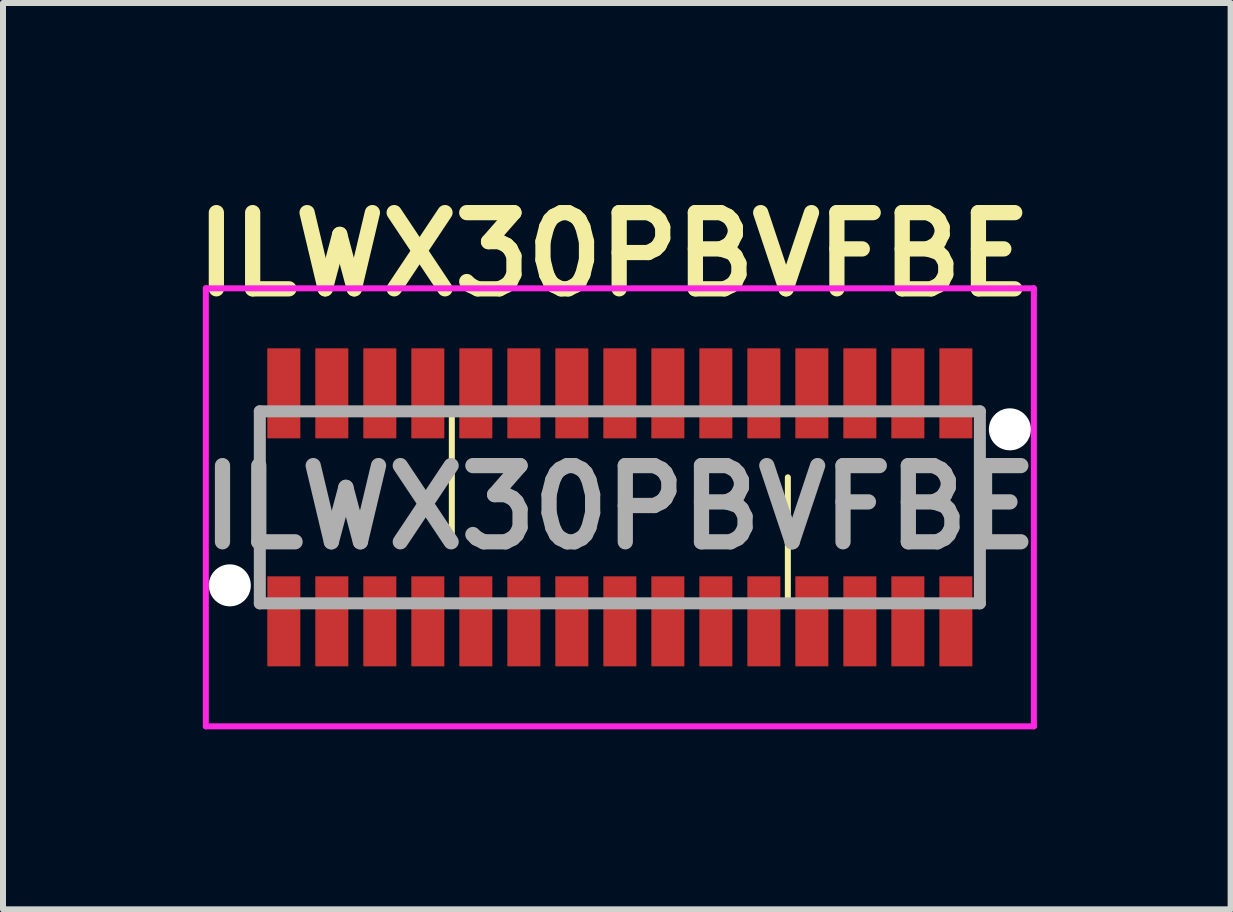
<source format=kicad_pcb>
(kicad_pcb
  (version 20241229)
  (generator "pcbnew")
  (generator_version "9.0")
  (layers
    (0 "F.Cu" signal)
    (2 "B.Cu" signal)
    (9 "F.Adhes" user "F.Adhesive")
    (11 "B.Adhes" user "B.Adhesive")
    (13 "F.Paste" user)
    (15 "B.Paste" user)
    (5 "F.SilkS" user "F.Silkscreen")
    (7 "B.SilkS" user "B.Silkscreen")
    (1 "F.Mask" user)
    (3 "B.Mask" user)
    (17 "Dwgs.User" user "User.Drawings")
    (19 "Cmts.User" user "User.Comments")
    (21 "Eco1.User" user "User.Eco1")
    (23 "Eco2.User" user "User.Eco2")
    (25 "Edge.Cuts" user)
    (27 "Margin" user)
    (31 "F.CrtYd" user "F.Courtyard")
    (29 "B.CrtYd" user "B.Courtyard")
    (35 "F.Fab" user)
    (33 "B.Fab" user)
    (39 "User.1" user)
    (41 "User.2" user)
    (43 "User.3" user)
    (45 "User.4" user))
  (footprint "ILWX30PBVFBE"
    (layer "F.Cu")
    (at 7.28 5.405)
    (property "Reference" "ILWX30PBVFBE" (at -0.102 -4.216 180) (layer "F.SilkS") (effects (font (size 1.27 1.27) (thickness 0.254))))
    (attr through_hole)
    (fp_line (start -2.8 -1.6) (end -2.8 0.5) (stroke (width 0.1) (type solid)) (layer "F.SilkS"))
    (fp_line (start -2 -1.6) (end -2.8 -1.6) (stroke (width 0.1) (type solid)) (layer "F.SilkS"))
    (fp_line (start 2.8 -0.5) (end 2.8 1.6) (stroke (width 0.1) (type solid)) (layer "F.SilkS"))
    (fp_line (start 2.8 1.6) (end 2 1.6) (stroke (width 0.1) (type solid)) (layer "F.SilkS"))
    (fp_line (start -6.9 -3.65) (end 6.9 -3.65) (stroke (width 0.1) (type solid)) (layer "F.CrtYd"))
    (fp_line (start -6.9 3.65) (end -6.9 -3.65) (stroke (width 0.1) (type solid)) (layer "F.CrtYd"))
    (fp_line (start 6.9 -3.65) (end 6.9 3.65) (stroke (width 0.1) (type solid)) (layer "F.CrtYd"))
    (fp_line (start 6.9 3.65) (end -6.9 3.65) (stroke (width 0.1) (type solid)) (layer "F.CrtYd"))
    (fp_line (start -6 -1.6) (end 6 -1.6) (stroke (width 0.2) (type solid)) (layer "F.Fab"))
    (fp_line (start -6 1.6) (end -6 -1.6) (stroke (width 0.2) (type solid)) (layer "F.Fab"))
    (fp_line (start 6 -1.6) (end 6 1.6) (stroke (width 0.2) (type solid)) (layer "F.Fab"))
    (fp_line (start 6 1.6) (end -6 1.6) (stroke (width 0.2) (type solid)) (layer "F.Fab"))
    (fp_text user "${REFERENCE}" (at 0 0 180) (layer "F.Fab") (effects (font (size 1.27 1.27) (thickness 0.254))))
    (pad "" np_thru_hole circle (at -6.5 1.3) (size 0.7 0.7) (drill 0.7) (layers "*.Cu" "*.Mask"))
    (pad "" np_thru_hole circle (at 6.5 -1.3) (size 0.7 0.7) (drill 0.7) (layers "*.Cu" "*.Mask"))
    (pad "1" smd rect (at -5.6 1.9) (size 0.55 1.5) (layers "F.Cu" "F.Mask" "F.Paste"))
    (pad "2" smd rect (at -5.6 -1.9) (size 0.55 1.5) (layers "F.Cu" "F.Mask" "F.Paste"))
    (pad "3" smd rect (at -4.8 1.9) (size 0.55 1.5) (layers "F.Cu" "F.Mask" "F.Paste"))
    (pad "4" smd rect (at -4.8 -1.9) (size 0.55 1.5) (layers "F.Cu" "F.Mask" "F.Paste"))
    (pad "5" smd rect (at -4 1.9) (size 0.55 1.5) (layers "F.Cu" "F.Mask" "F.Paste"))
    (pad "6" smd rect (at -4 -1.9) (size 0.55 1.5) (layers "F.Cu" "F.Mask" "F.Paste"))
    (pad "7" smd rect (at -3.2 1.9) (size 0.55 1.5) (layers "F.Cu" "F.Mask" "F.Paste"))
    (pad "8" smd rect (at -3.2 -1.9) (size 0.55 1.5) (layers "F.Cu" "F.Mask" "F.Paste"))
    (pad "9" smd rect (at -2.4 1.9) (size 0.55 1.5) (layers "F.Cu" "F.Mask" "F.Paste"))
    (pad "10" smd rect (at -2.4 -1.9) (size 0.55 1.5) (layers "F.Cu" "F.Mask" "F.Paste"))
    (pad "11" smd rect (at -1.6 1.9) (size 0.55 1.5) (layers "F.Cu" "F.Mask" "F.Paste"))
    (pad "12" smd rect (at -1.6 -1.9) (size 0.55 1.5) (layers "F.Cu" "F.Mask" "F.Paste"))
    (pad "13" smd rect (at -0.8 1.9) (size 0.55 1.5) (layers "F.Cu" "F.Mask" "F.Paste"))
    (pad "14" smd rect (at -0.8 -1.9) (size 0.55 1.5) (layers "F.Cu" "F.Mask" "F.Paste"))
    (pad "15" smd rect (at 0 1.9) (size 0.55 1.5) (layers "F.Cu" "F.Mask" "F.Paste"))
    (pad "16" smd rect (at 0 -1.9) (size 0.55 1.5) (layers "F.Cu" "F.Mask" "F.Paste"))
    (pad "17" smd rect (at 0.8 1.9) (size 0.55 1.5) (layers "F.Cu" "F.Mask" "F.Paste"))
    (pad "18" smd rect (at 0.8 -1.9) (size 0.55 1.5) (layers "F.Cu" "F.Mask" "F.Paste"))
    (pad "19" smd rect (at 1.6 1.9) (size 0.55 1.5) (layers "F.Cu" "F.Mask" "F.Paste"))
    (pad "20" smd rect (at 1.6 -1.9) (size 0.55 1.5) (layers "F.Cu" "F.Mask" "F.Paste"))
    (pad "21" smd rect (at 2.4 1.9) (size 0.55 1.5) (layers "F.Cu" "F.Mask" "F.Paste"))
    (pad "22" smd rect (at 2.4 -1.9) (size 0.55 1.5) (layers "F.Cu" "F.Mask" "F.Paste"))
    (pad "23" smd rect (at 3.2 1.9) (size 0.55 1.5) (layers "F.Cu" "F.Mask" "F.Paste"))
    (pad "24" smd rect (at 3.2 -1.9) (size 0.55 1.5) (layers "F.Cu" "F.Mask" "F.Paste"))
    (pad "25" smd rect (at 4 1.9) (size 0.55 1.5) (layers "F.Cu" "F.Mask" "F.Paste"))
    (pad "26" smd rect (at 4 -1.9) (size 0.55 1.5) (layers "F.Cu" "F.Mask" "F.Paste"))
    (pad "27" smd rect (at 4.8 1.9) (size 0.55 1.5) (layers "F.Cu" "F.Mask" "F.Paste"))
    (pad "28" smd rect (at 4.8 -1.9) (size 0.55 1.5) (layers "F.Cu" "F.Mask" "F.Paste"))
    (pad "29" smd rect (at 5.6 1.9) (size 0.55 1.5) (layers "F.Cu" "F.Mask" "F.Paste"))
    (pad "30" smd rect (at 5.6 -1.9) (size 0.55 1.5) (layers "F.Cu" "F.Mask" "F.Paste")))
  (gr_rect
    (start -3 -3)
    (end 17.459 12.105)
    (stroke (width 0.1) (type default))
    (fill no)
    (layer "Edge.Cuts")))
</source>
